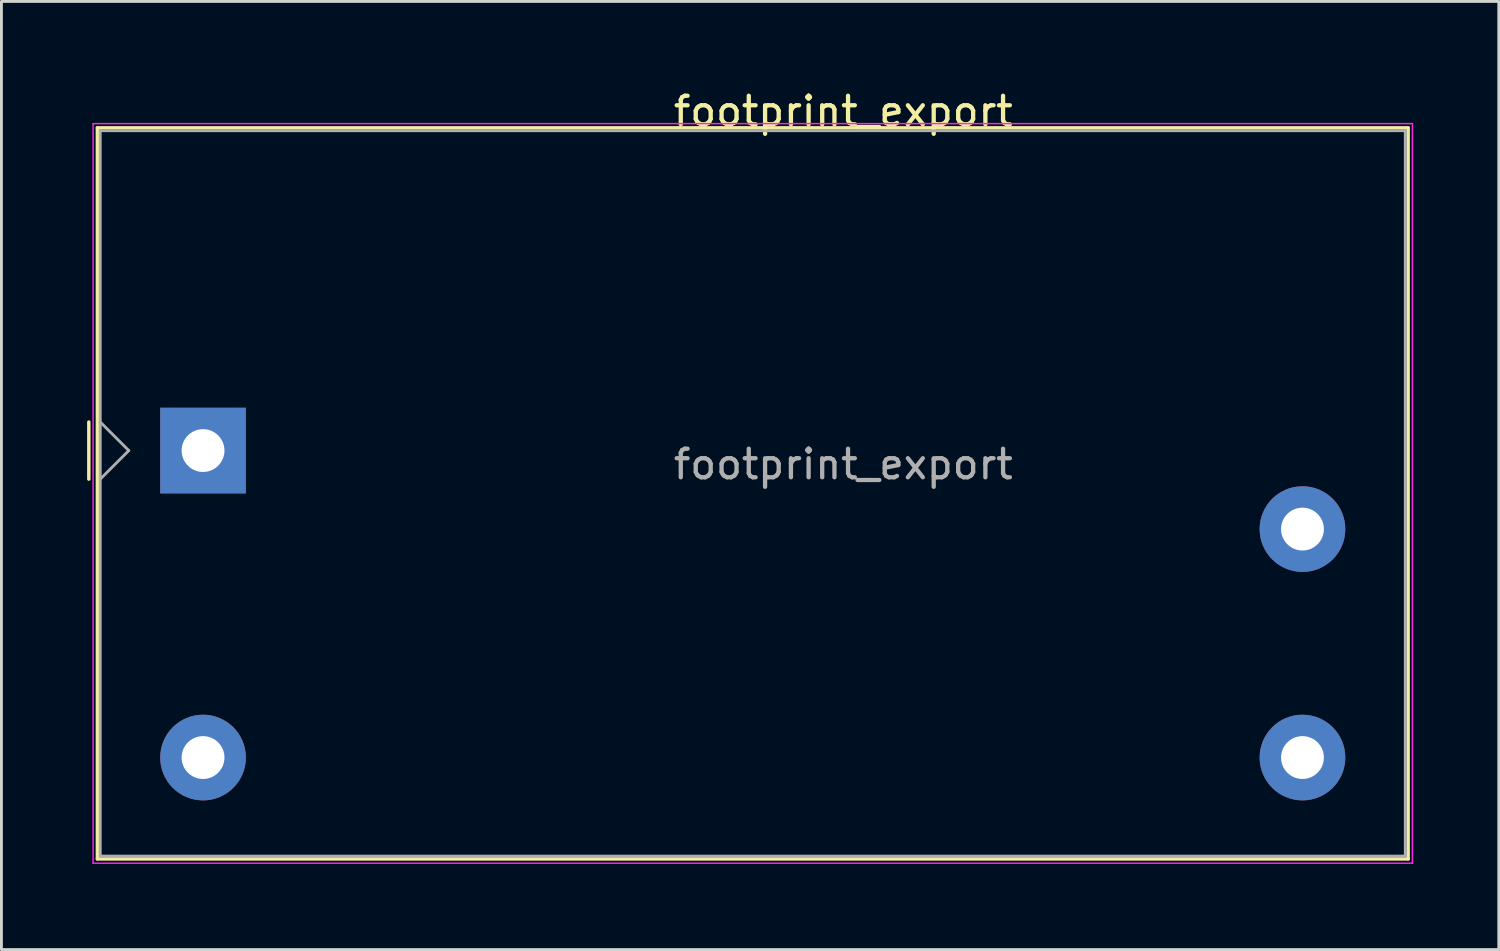
<source format=kicad_pcb>
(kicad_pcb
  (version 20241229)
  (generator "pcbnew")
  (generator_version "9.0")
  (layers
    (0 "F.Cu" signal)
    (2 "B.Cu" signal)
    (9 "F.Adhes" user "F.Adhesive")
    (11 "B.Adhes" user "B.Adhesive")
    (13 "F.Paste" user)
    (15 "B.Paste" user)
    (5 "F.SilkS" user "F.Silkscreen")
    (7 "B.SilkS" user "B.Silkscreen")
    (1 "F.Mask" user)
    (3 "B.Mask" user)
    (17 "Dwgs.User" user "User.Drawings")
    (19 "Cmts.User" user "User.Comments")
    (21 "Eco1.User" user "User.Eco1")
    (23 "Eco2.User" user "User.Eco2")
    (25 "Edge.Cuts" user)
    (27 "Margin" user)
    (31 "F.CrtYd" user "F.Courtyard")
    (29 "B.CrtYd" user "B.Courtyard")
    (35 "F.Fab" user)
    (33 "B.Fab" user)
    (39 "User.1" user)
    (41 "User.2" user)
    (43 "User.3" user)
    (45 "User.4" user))
  (footprint "footprint_export"
    (layer "F.Cu")
    (at 4.06 12.728)
    (property "Reference" "footprint_export" (at 22.42 -11.88 0) (layer "F.SilkS") (effects (font (size 1 1) (thickness 0.15))))
    (attr through_hole)
    (fp_line (start -4 -1) (end -4 1) (stroke (width 0.12) (type solid)) (layer "F.SilkS"))
    (fp_line (start -3.7 -11.3) (end -3.7 14.3) (stroke (width 0.12) (type solid)) (layer "F.SilkS"))
    (fp_line (start -3.7 -11.3) (end 42.2 -11.3) (stroke (width 0.12) (type solid)) (layer "F.SilkS"))
    (fp_line (start -3.7 14.3) (end 42.2 14.3) (stroke (width 0.12) (type solid)) (layer "F.SilkS"))
    (fp_line (start 42.2 -11.3) (end 42.2 14.3) (stroke (width 0.12) (type solid)) (layer "F.SilkS"))
    (fp_line (start -3.85 -11.45) (end -3.85 14.45) (stroke (width 0.05) (type solid)) (layer "F.CrtYd"))
    (fp_line (start -3.85 -11.45) (end 42.35 -11.45) (stroke (width 0.05) (type solid)) (layer "F.CrtYd"))
    (fp_line (start -3.85 14.45) (end 42.35 14.45) (stroke (width 0.05) (type solid)) (layer "F.CrtYd"))
    (fp_line (start 42.35 -11.45) (end 42.35 14.45) (stroke (width 0.05) (type solid)) (layer "F.CrtYd"))
    (fp_line (start -3.6 -11.2) (end -3.6 14.2) (stroke (width 0.1) (type solid)) (layer "F.Fab"))
    (fp_line (start -3.6 14.2) (end 42.1 14.2) (stroke (width 0.1) (type solid)) (layer "F.Fab"))
    (fp_line (start -2.6 0) (end -3.6 -1) (stroke (width 0.1) (type solid)) (layer "F.Fab"))
    (fp_line (start -2.6 0) (end -3.6 1) (stroke (width 0.1) (type solid)) (layer "F.Fab"))
    (fp_line (start 42.1 -11.2) (end -3.6 -11.2) (stroke (width 0.1) (type solid)) (layer "F.Fab"))
    (fp_line (start 42.1 -11.2) (end 42.1 14.2) (stroke (width 0.1) (type solid)) (layer "F.Fab"))
    (fp_text user "${REFERENCE}" (at 22.42 0.48 0) (layer "F.Fab") (effects (font (size 1 1) (thickness 0.15))))
    (pad "1" thru_hole rect (at 0 0) (size 3 3) (drill 1.5) (layers "*.Cu" "*.Mask"))
    (pad "2" thru_hole circle (at 0 10.75) (size 3 3) (drill 1.5) (layers "*.Cu" "*.Mask"))
    (pad "3" thru_hole circle (at 38.5 10.75) (size 3 3) (drill 1.5) (layers "*.Cu" "*.Mask"))
    (pad "4" thru_hole circle (at 38.5 2.75) (size 3 3) (drill 1.5) (layers "*.Cu" "*.Mask")))
  (gr_rect
    (start -3 -3)
    (end 49.435 30.203)
    (stroke (width 0.1) (type default))
    (fill no)
    (layer "Edge.Cuts")))
</source>
